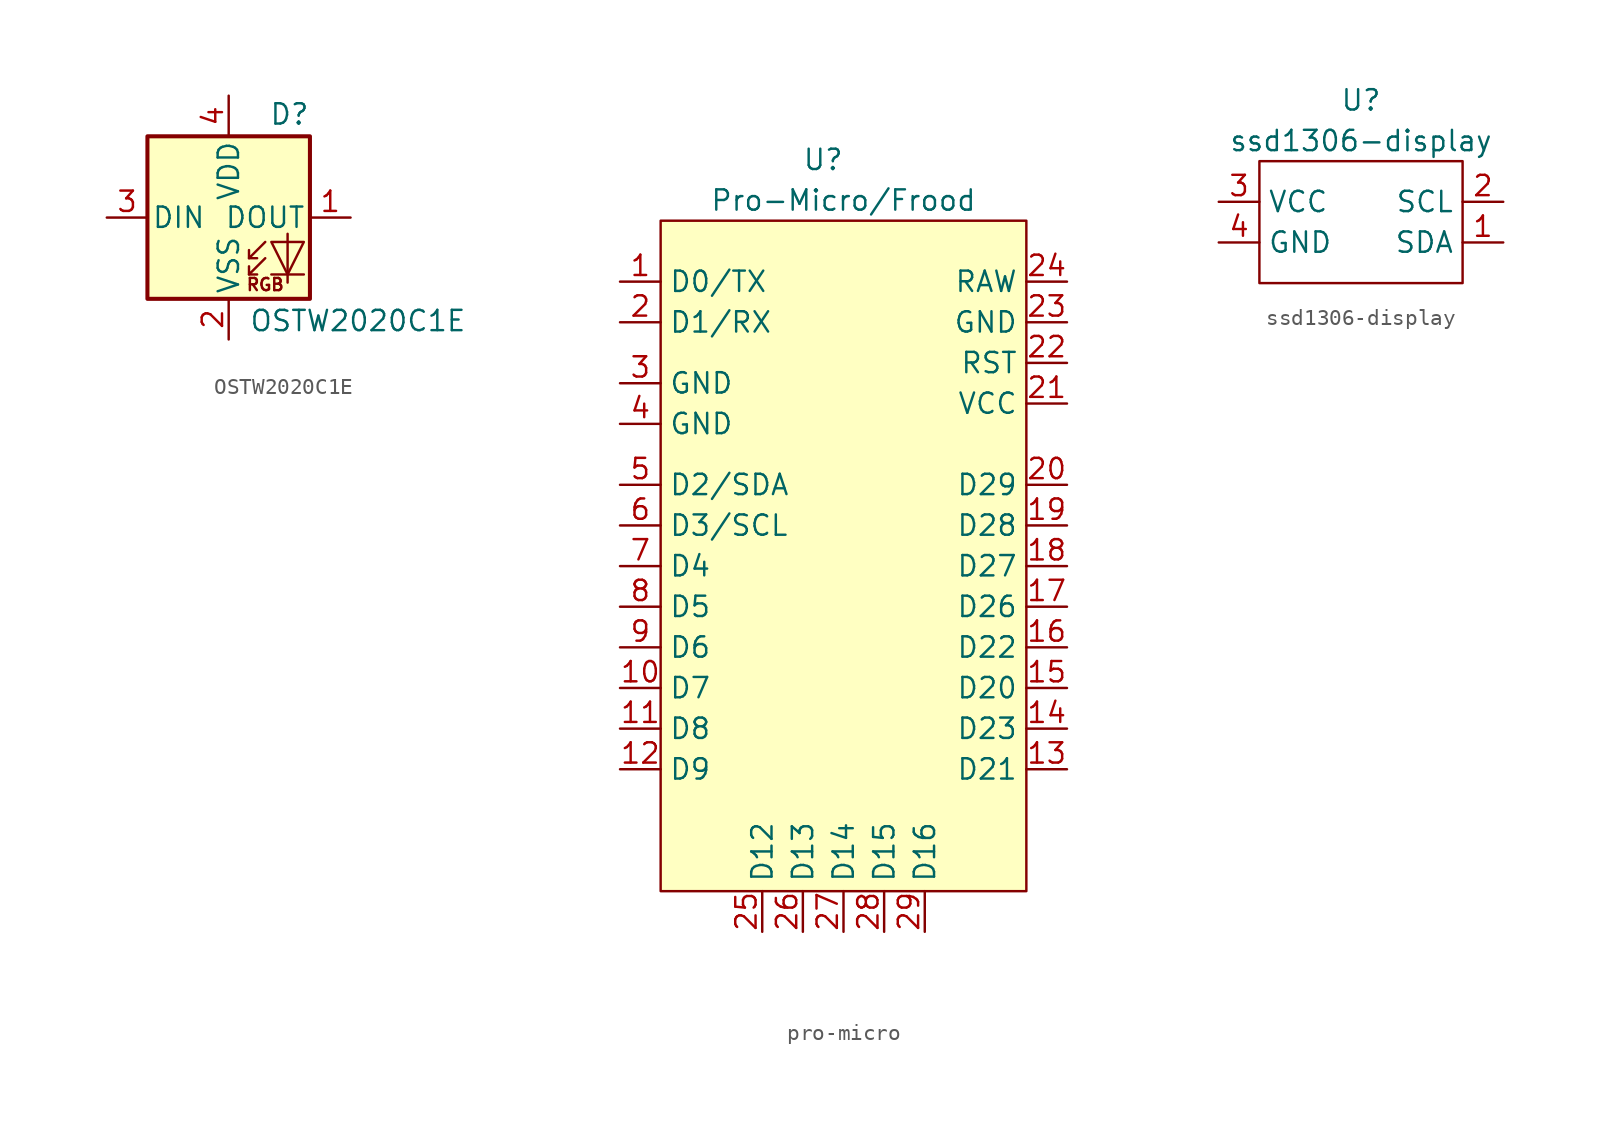
<source format=kicad_sym>
(kicad_symbol_lib
  (version 20220914)
  (generator kicad_symbol_editor)
  (symbol "OSTW2020C1E"
    (pin_names
      (offset 0.254))
    (property "Reference" "D"
      (at 5.08 5.715 0)
      (effects (font (size 1.27 1.27)) (justify right bottom)))
    (property "Value" "OSTW2020C1E"
      (at 1.27 -5.715 0)
      (effects (font (size 1.27 1.27)) (justify left top)))
    (symbol "OSTW2020C1E_0_0"
      (text "RGB" (at 2.286 -4.191 0) (effects (font (size 0.762 0.762)))))
    (symbol "OSTW2020C1E_0_1"
      (rectangle (start -5.08 5.08) (end 5.08 -5.08) (stroke (width 0.254) (type default)) (fill (type background)))
      (polyline (pts (xy 1.27 -3.556) (xy 1.778 -3.556)) (stroke (width 0) (type default)) (fill (type none)))
      (polyline (pts (xy 1.27 -2.54) (xy 1.778 -2.54)) (stroke (width 0) (type default)) (fill (type none)))
      (polyline (pts (xy 4.699 -3.556) (xy 2.667 -3.556)) (stroke (width 0) (type default)) (fill (type none)))
      (polyline (pts (xy 2.286 -2.54) (xy 1.27 -3.556) (xy 1.27 -3.048)) (stroke (width 0) (type default)) (fill (type none)))
      (polyline (pts (xy 2.286 -1.524) (xy 1.27 -2.54) (xy 1.27 -2.032)) (stroke (width 0) (type default)) (fill (type none)))
      (polyline (pts (xy 3.683 -1.016) (xy 3.683 -3.556) (xy 3.683 -4.064)) (stroke (width 0) (type default)) (fill (type none)))
      (polyline (pts (xy 4.699 -1.524) (xy 2.667 -1.524) (xy 3.683 -3.556) (xy 4.699 -1.524)) (stroke (width 0) (type default)) (fill (type none))))
    (symbol "OSTW2020C1E_1_1"
      (pin output line (at 7.62 0 180) (length 2.54) (name "DOUT" (effects (font (size 1.27 1.27)))) (number "1" (effects (font (size 1.27 1.27)))))
      (pin power_in line (at 0 -7.62 90) (length 2.54) (name "VSS" (effects (font (size 1.27 1.27)))) (number "2" (effects (font (size 1.27 1.27)))))
      (pin input line (at -7.62 0 0) (length 2.54) (name "DIN" (effects (font (size 1.27 1.27)))) (number "3" (effects (font (size 1.27 1.27)))))
      (pin power_in line (at 0 7.62 270) (length 2.54) (name "VDD" (effects (font (size 1.27 1.27)))) (number "4" (effects (font (size 1.27 1.27)))))))
  (symbol "pro-micro"
    (property "Reference" "U"
      (at -1.27 3.81 0)
      (effects (font (size 1.27 1.27))))
    (property "Value" "Pro-Micro/Frood"
      (at 0 1.27 0)
      (effects (font (size 1.27 1.27))))
    (symbol "pro-micro_1_1"
      (rectangle (start -11.43 0) (end 11.43 -41.91) (stroke (width 0) (type default)) (fill (type background)))
      (pin bidirectional line (at -13.97 -3.81 0) (length 2.54) (name "D0/TX" (effects (font (size 1.27 1.27)))) (number "1" (effects (font (size 1.27 1.27)))))
      (pin bidirectional line (at -13.97 -29.21 0) (length 2.54) (name "D7" (effects (font (size 1.27 1.27)))) (number "10" (effects (font (size 1.27 1.27)))))
      (pin bidirectional line (at -13.97 -31.75 0) (length 2.54) (name "D8" (effects (font (size 1.27 1.27)))) (number "11" (effects (font (size 1.27 1.27)))))
      (pin bidirectional line (at -13.97 -34.29 0) (length 2.54) (name "D9" (effects (font (size 1.27 1.27)))) (number "12" (effects (font (size 1.27 1.27)))))
      (pin bidirectional line (at 13.97 -34.29 180) (length 2.54) (name "D21" (effects (font (size 1.27 1.27)))) (number "13" (effects (font (size 1.27 1.27)))))
      (pin bidirectional line (at 13.97 -31.75 180) (length 2.54) (name "D23" (effects (font (size 1.27 1.27)))) (number "14" (effects (font (size 1.27 1.27)))))
      (pin bidirectional line (at 13.97 -29.21 180) (length 2.54) (name "D20" (effects (font (size 1.27 1.27)))) (number "15" (effects (font (size 1.27 1.27)))))
      (pin bidirectional line (at 13.97 -26.67 180) (length 2.54) (name "D22" (effects (font (size 1.27 1.27)))) (number "16" (effects (font (size 1.27 1.27)))))
      (pin bidirectional line (at 13.97 -24.13 180) (length 2.54) (name "D26" (effects (font (size 1.27 1.27)))) (number "17" (effects (font (size 1.27 1.27)))))
      (pin bidirectional line (at 13.97 -21.59 180) (length 2.54) (name "D27" (effects (font (size 1.27 1.27)))) (number "18" (effects (font (size 1.27 1.27)))))
      (pin bidirectional line (at 13.97 -19.05 180) (length 2.54) (name "D28" (effects (font (size 1.27 1.27)))) (number "19" (effects (font (size 1.27 1.27)))))
      (pin bidirectional line (at -13.97 -6.35 0) (length 2.54) (name "D1/RX" (effects (font (size 1.27 1.27)))) (number "2" (effects (font (size 1.27 1.27)))))
      (pin bidirectional line (at 13.97 -16.51 180) (length 2.54) (name "D29" (effects (font (size 1.27 1.27)))) (number "20" (effects (font (size 1.27 1.27)))))
      (pin power_out line (at 13.97 -11.43 180) (length 2.54) (name "VCC" (effects (font (size 1.27 1.27)))) (number "21" (effects (font (size 1.27 1.27)))))
      (pin input line (at 13.97 -8.89 180) (length 2.54) (name "RST" (effects (font (size 1.27 1.27)))) (number "22" (effects (font (size 1.27 1.27)))))
      (pin power_out line (at 13.97 -6.35 180) (length 2.54) (name "GND" (effects (font (size 1.27 1.27)))) (number "23" (effects (font (size 1.27 1.27)))))
      (pin unspecified line (at 13.97 -3.81 180) (length 2.54) (name "RAW" (effects (font (size 1.27 1.27)))) (number "24" (effects (font (size 1.27 1.27)))))
      (pin bidirectional line (at -5.08 -44.45 90) (length 2.54) (name "D12" (effects (font (size 1.27 1.27)))) (number "25" (effects (font (size 1.27 1.27)))))
      (pin bidirectional line (at -2.54 -44.45 90) (length 2.54) (name "D13" (effects (font (size 1.27 1.27)))) (number "26" (effects (font (size 1.27 1.27)))))
      (pin bidirectional line (at 0 -44.45 90) (length 2.54) (name "D14" (effects (font (size 1.27 1.27)))) (number "27" (effects (font (size 1.27 1.27)))))
      (pin bidirectional line (at 2.54 -44.45 90) (length 2.54) (name "D15" (effects (font (size 1.27 1.27)))) (number "28" (effects (font (size 1.27 1.27)))))
      (pin bidirectional line (at 5.08 -44.45 90) (length 2.54) (name "D16" (effects (font (size 1.27 1.27)))) (number "29" (effects (font (size 1.27 1.27)))))
      (pin power_in line (at -13.97 -10.16 0) (length 2.54) (name "GND" (effects (font (size 1.27 1.27)))) (number "3" (effects (font (size 1.27 1.27)))))
      (pin power_in line (at -13.97 -12.7 0) (length 2.54) (name "GND" (effects (font (size 1.27 1.27)))) (number "4" (effects (font (size 1.27 1.27)))))
      (pin bidirectional line (at -13.97 -16.51 0) (length 2.54) (name "D2/SDA" (effects (font (size 1.27 1.27)))) (number "5" (effects (font (size 1.27 1.27)))))
      (pin bidirectional line (at -13.97 -19.05 0) (length 2.54) (name "D3/SCL" (effects (font (size 1.27 1.27)))) (number "6" (effects (font (size 1.27 1.27)))))
      (pin bidirectional line (at -13.97 -21.59 0) (length 2.54) (name "D4" (effects (font (size 1.27 1.27)))) (number "7" (effects (font (size 1.27 1.27)))))
      (pin bidirectional line (at -13.97 -24.13 0) (length 2.54) (name "D5" (effects (font (size 1.27 1.27)))) (number "8" (effects (font (size 1.27 1.27)))))
      (pin bidirectional line (at -13.97 -26.67 0) (length 2.54) (name "D6" (effects (font (size 1.27 1.27)))) (number "9" (effects (font (size 1.27 1.27)))))))
  (symbol "ssd1306-display"
    (property "Reference" "U"
      (at 0 3.81 0)
      (effects (font (size 1.27 1.27))))
    (property "Value" "ssd1306-display"
      (at 0 1.27 0)
      (effects (font (size 1.27 1.27))))
    (symbol "ssd1306-display_0_1"
      (rectangle (start -6.35 0) (end 6.35 -7.62) (stroke (width 0) (type default)) (fill (type none))))
    (symbol "ssd1306-display_1_1"
      (pin bidirectional line (at 8.89 -5.08 180) (length 2.54) (name "SDA" (effects (font (size 1.27 1.27)))) (number "1" (effects (font (size 1.27 1.27)))))
      (pin input line (at 8.89 -2.54 180) (length 2.54) (name "SCL" (effects (font (size 1.27 1.27)))) (number "2" (effects (font (size 1.27 1.27)))))
      (pin power_in line (at -8.89 -2.54 0) (length 2.54) (name "VCC" (effects (font (size 1.27 1.27)))) (number "3" (effects (font (size 1.27 1.27)))))
      (pin power_in line (at -8.89 -5.08 0) (length 2.54) (name "GND" (effects (font (size 1.27 1.27)))) (number "4" (effects (font (size 1.27 1.27))))))))
</source>
